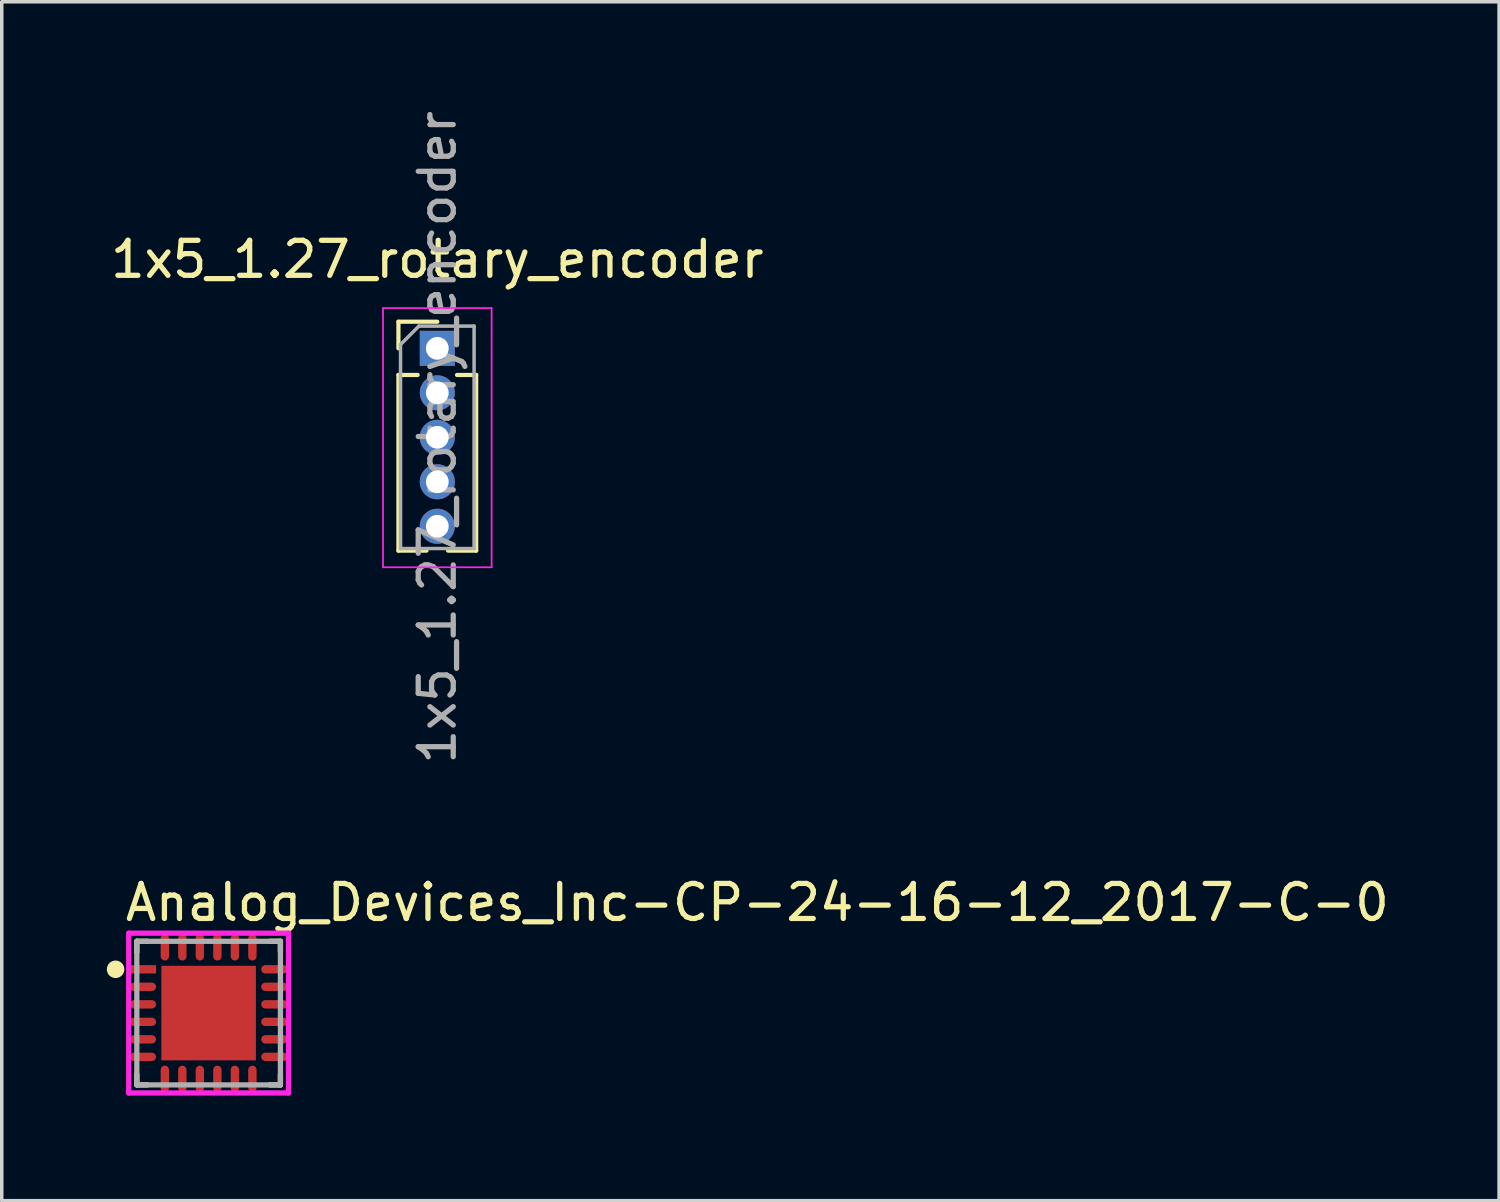
<source format=kicad_pcb>
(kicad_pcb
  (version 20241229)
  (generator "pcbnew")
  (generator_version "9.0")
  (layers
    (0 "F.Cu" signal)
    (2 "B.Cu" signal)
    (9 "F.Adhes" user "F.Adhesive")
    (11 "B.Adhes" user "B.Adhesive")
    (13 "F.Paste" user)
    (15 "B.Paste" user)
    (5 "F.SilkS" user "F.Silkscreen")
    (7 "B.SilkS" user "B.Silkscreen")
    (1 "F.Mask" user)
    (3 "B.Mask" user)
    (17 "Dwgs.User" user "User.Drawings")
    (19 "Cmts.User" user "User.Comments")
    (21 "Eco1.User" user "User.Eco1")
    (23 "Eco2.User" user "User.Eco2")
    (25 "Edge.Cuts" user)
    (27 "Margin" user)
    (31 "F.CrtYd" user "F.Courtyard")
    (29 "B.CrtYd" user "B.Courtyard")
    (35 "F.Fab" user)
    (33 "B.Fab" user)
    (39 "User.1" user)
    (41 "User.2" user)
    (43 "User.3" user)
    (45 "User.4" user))
  (footprint "1x5_1.27_rotary_encoder"
    (layer "F.Cu")
    (at 9.435 6.895)
    (property "Reference" "1x5_1.27_rotary_encoder" (at 0 -2.54 0) (layer "F.SilkS") (effects (font (size 1 1) (thickness 0.15))))
    (attr through_hole)
    (fp_line (start -1.11 -0.76) (end 0 -0.76) (stroke (width 0.12) (type solid)) (layer "F.SilkS"))
    (fp_line (start -1.11 0) (end -1.11 -0.76) (stroke (width 0.12) (type solid)) (layer "F.SilkS"))
    (fp_line (start -1.11 0.76) (end -1.11 5.775) (stroke (width 0.12) (type solid)) (layer "F.SilkS"))
    (fp_line (start -1.11 0.76) (end -0.563 0.76) (stroke (width 0.12) (type solid)) (layer "F.SilkS"))
    (fp_line (start -1.11 5.775) (end -0.308 5.775) (stroke (width 0.12) (type solid)) (layer "F.SilkS"))
    (fp_line (start 0.308 5.775) (end 1.11 5.775) (stroke (width 0.12) (type solid)) (layer "F.SilkS"))
    (fp_line (start 0.563 0.76) (end 1.11 0.76) (stroke (width 0.12) (type solid)) (layer "F.SilkS"))
    (fp_line (start 1.11 0.76) (end 1.11 5.775) (stroke (width 0.12) (type solid)) (layer "F.SilkS"))
    (fp_line (start -1.55 -1.15) (end -1.55 6.25) (stroke (width 0.05) (type solid)) (layer "F.CrtYd"))
    (fp_line (start -1.55 6.25) (end 1.55 6.25) (stroke (width 0.05) (type solid)) (layer "F.CrtYd"))
    (fp_line (start 1.55 -1.15) (end -1.55 -1.15) (stroke (width 0.05) (type solid)) (layer "F.CrtYd"))
    (fp_line (start 1.55 6.25) (end 1.55 -1.15) (stroke (width 0.05) (type solid)) (layer "F.CrtYd"))
    (fp_line (start -1.05 -0.11) (end -0.525 -0.635) (stroke (width 0.1) (type solid)) (layer "F.Fab"))
    (fp_line (start -1.05 5.715) (end -1.05 -0.11) (stroke (width 0.1) (type solid)) (layer "F.Fab"))
    (fp_line (start -0.525 -0.635) (end 1.05 -0.635) (stroke (width 0.1) (type solid)) (layer "F.Fab"))
    (fp_line (start 1.05 -0.635) (end 1.05 5.715) (stroke (width 0.1) (type solid)) (layer "F.Fab"))
    (fp_line (start 1.05 5.715) (end -1.05 5.715) (stroke (width 0.1) (type solid)) (layer "F.Fab"))
    (fp_text user "${REFERENCE}" (at 0 2.54 90) (layer "F.Fab") (effects (font (size 1 1) (thickness 0.15))))
    (pad "A" thru_hole rect (at 0 0) (size 1 1) (drill 0.65) (layers "*.Cu" "*.Mask"))
    (pad "B" thru_hole oval (at 0 1.27) (size 1 1) (drill 0.65) (layers "*.Cu" "*.Mask"))
    (pad "C" thru_hole oval (at 0 2.54) (size 1 1) (drill 0.65) (layers "*.Cu" "*.Mask"))
    (pad "S1" thru_hole oval (at 0 3.81) (size 1 1) (drill 0.65) (layers "*.Cu" "*.Mask"))
    (pad "S2" thru_hole oval (at 0 5.08) (size 1 1) (drill 0.65) (layers "*.Cu" "*.Mask")))
  (footprint "Analog_Devices_Inc-CP-24-16-12_2017-C-0"
    (layer "F.Cu")
    (at 2.906 25.873)
    (property "Reference" "Analog_Devices_Inc-CP-24-16-12_2017-C-0" (at -2.456 -3.156 0) (layer "F.SilkS") (effects (font (size 1 1) (thickness 0.15)) (justify left)))
    (attr through_hole)
    (fp_line (start -2.05 -2.05) (end -1.745 -2.05) (stroke (width 0.15) (type solid)) (layer "F.SilkS"))
    (fp_line (start -2.05 -1.745) (end -2.05 -2.05) (stroke (width 0.15) (type solid)) (layer "F.SilkS"))
    (fp_line (start -2.05 2.05) (end -2.05 1.745) (stroke (width 0.15) (type solid)) (layer "F.SilkS"))
    (fp_line (start -2.05 2.05) (end -1.745 2.05) (stroke (width 0.15) (type solid)) (layer "F.SilkS"))
    (fp_line (start 1.745 -2.05) (end 2.05 -2.05) (stroke (width 0.15) (type solid)) (layer "F.SilkS"))
    (fp_line (start 1.745 2.05) (end 2.05 2.05) (stroke (width 0.15) (type solid)) (layer "F.SilkS"))
    (fp_line (start 2.05 -1.745) (end 2.05 -2.05) (stroke (width 0.15) (type solid)) (layer "F.SilkS"))
    (fp_line (start 2.05 2.05) (end 2.05 1.745) (stroke (width 0.15) (type solid)) (layer "F.SilkS"))
    (fp_circle (center -2.656 -1.25) (end -2.531 -1.25) (stroke (width 0.25) (type solid)) (fill no) (layer "F.SilkS"))
    (fp_poly (pts (xy -0.854 -0.854) (xy 0.854 -0.854) (xy 0.854 0.854) (xy -0.854 0.854)) (stroke (width 0) (type solid)) (fill yes) (layer "F.Paste"))
    (fp_line (start -2.281 -2.281) (end -2.281 2.281) (stroke (width 0.15) (type solid)) (layer "F.CrtYd"))
    (fp_line (start -2.281 2.281) (end 2.281 2.281) (stroke (width 0.15) (type solid)) (layer "F.CrtYd"))
    (fp_line (start 2.281 -2.281) (end -2.281 -2.281) (stroke (width 0.15) (type solid)) (layer "F.CrtYd"))
    (fp_line (start 2.281 -2.281) (end 2.281 -2.281) (stroke (width 0.15) (type solid)) (layer "F.CrtYd"))
    (fp_line (start 2.281 2.281) (end 2.281 -2.281) (stroke (width 0.15) (type solid)) (layer "F.CrtYd"))
    (fp_line (start -2.05 -2.05) (end 2.05 -2.05) (stroke (width 0.15) (type solid)) (layer "F.Fab"))
    (fp_line (start -2.05 2.05) (end -2.05 -2.05) (stroke (width 0.15) (type solid)) (layer "F.Fab"))
    (fp_line (start 2.05 -2.05) (end 2.05 2.05) (stroke (width 0.15) (type solid)) (layer "F.Fab"))
    (fp_line (start 2.05 2.05) (end -2.05 2.05) (stroke (width 0.15) (type solid)) (layer "F.Fab"))
    (pad "1" smd rect (at -1.878 -1.25) (size 0.756 0.239) (layers "F.Cu" "F.Mask" "F.Paste"))
    (pad "2" smd roundrect (at -1.878 -0.75) (size 0.756 0.239) (layers "F.Cu" "F.Mask" "F.Paste") (roundrect_rratio 0.5))
    (pad "3" smd roundrect (at -1.878 -0.25) (size 0.756 0.239) (layers "F.Cu" "F.Mask" "F.Paste") (roundrect_rratio 0.5))
    (pad "4" smd roundrect (at -1.878 0.25) (size 0.756 0.239) (layers "F.Cu" "F.Mask" "F.Paste") (roundrect_rratio 0.5))
    (pad "5" smd roundrect (at -1.878 0.75) (size 0.756 0.239) (layers "F.Cu" "F.Mask" "F.Paste") (roundrect_rratio 0.5))
    (pad "6" smd roundrect (at -1.878 1.25) (size 0.756 0.239) (layers "F.Cu" "F.Mask" "F.Paste") (roundrect_rratio 0.5))
    (pad "7" smd roundrect (at -1.25 1.878) (size 0.239 0.756) (layers "F.Cu" "F.Mask" "F.Paste") (roundrect_rratio 0.5))
    (pad "8" smd roundrect (at -0.75 1.878) (size 0.239 0.756) (layers "F.Cu" "F.Mask" "F.Paste") (roundrect_rratio 0.5))
    (pad "9" smd roundrect (at -0.25 1.878) (size 0.239 0.756) (layers "F.Cu" "F.Mask" "F.Paste") (roundrect_rratio 0.5))
    (pad "10" smd roundrect (at 0.25 1.878) (size 0.239 0.756) (layers "F.Cu" "F.Mask" "F.Paste") (roundrect_rratio 0.5))
    (pad "11" smd roundrect (at 0.75 1.878) (size 0.239 0.756) (layers "F.Cu" "F.Mask" "F.Paste") (roundrect_rratio 0.5))
    (pad "12" smd roundrect (at 1.25 1.878) (size 0.239 0.756) (layers "F.Cu" "F.Mask" "F.Paste") (roundrect_rratio 0.5))
    (pad "13" smd roundrect (at 1.878 1.25) (size 0.756 0.239) (layers "F.Cu" "F.Mask" "F.Paste") (roundrect_rratio 0.5))
    (pad "14" smd roundrect (at 1.878 0.75) (size 0.756 0.239) (layers "F.Cu" "F.Mask" "F.Paste") (roundrect_rratio 0.5))
    (pad "15" smd roundrect (at 1.878 0.25) (size 0.756 0.239) (layers "F.Cu" "F.Mask" "F.Paste") (roundrect_rratio 0.5))
    (pad "16" smd roundrect (at 1.878 -0.25) (size 0.756 0.239) (layers "F.Cu" "F.Mask" "F.Paste") (roundrect_rratio 0.5))
    (pad "17" smd roundrect (at 1.878 -0.75) (size 0.756 0.239) (layers "F.Cu" "F.Mask" "F.Paste") (roundrect_rratio 0.5))
    (pad "18" smd roundrect (at 1.878 -1.25) (size 0.756 0.239) (layers "F.Cu" "F.Mask" "F.Paste") (roundrect_rratio 0.5))
    (pad "19" smd roundrect (at 1.25 -1.878) (size 0.239 0.756) (layers "F.Cu" "F.Mask" "F.Paste") (roundrect_rratio 0.5))
    (pad "20" smd roundrect (at 0.75 -1.878) (size 0.239 0.756) (layers "F.Cu" "F.Mask" "F.Paste") (roundrect_rratio 0.5))
    (pad "21" smd roundrect (at 0.25 -1.878) (size 0.239 0.756) (layers "F.Cu" "F.Mask" "F.Paste") (roundrect_rratio 0.5))
    (pad "22" smd roundrect (at -0.25 -1.878) (size 0.239 0.756) (layers "F.Cu" "F.Mask" "F.Paste") (roundrect_rratio 0.5))
    (pad "23" smd roundrect (at -0.75 -1.878) (size 0.239 0.756) (layers "F.Cu" "F.Mask" "F.Paste") (roundrect_rratio 0.5))
    (pad "24" smd roundrect (at -1.25 -1.878) (size 0.239 0.756) (layers "F.Cu" "F.Mask" "F.Paste") (roundrect_rratio 0.5))
    (pad "25" smd rect (at 0 0) (size 2.7 2.7) (layers "F.Cu" "F.Mask")))
  (gr_rect
    (start -3 -3)
    (end 39.748 31.229)
    (stroke (width 0.1) (type default))
    (fill no)
    (layer "Edge.Cuts")))
</source>
